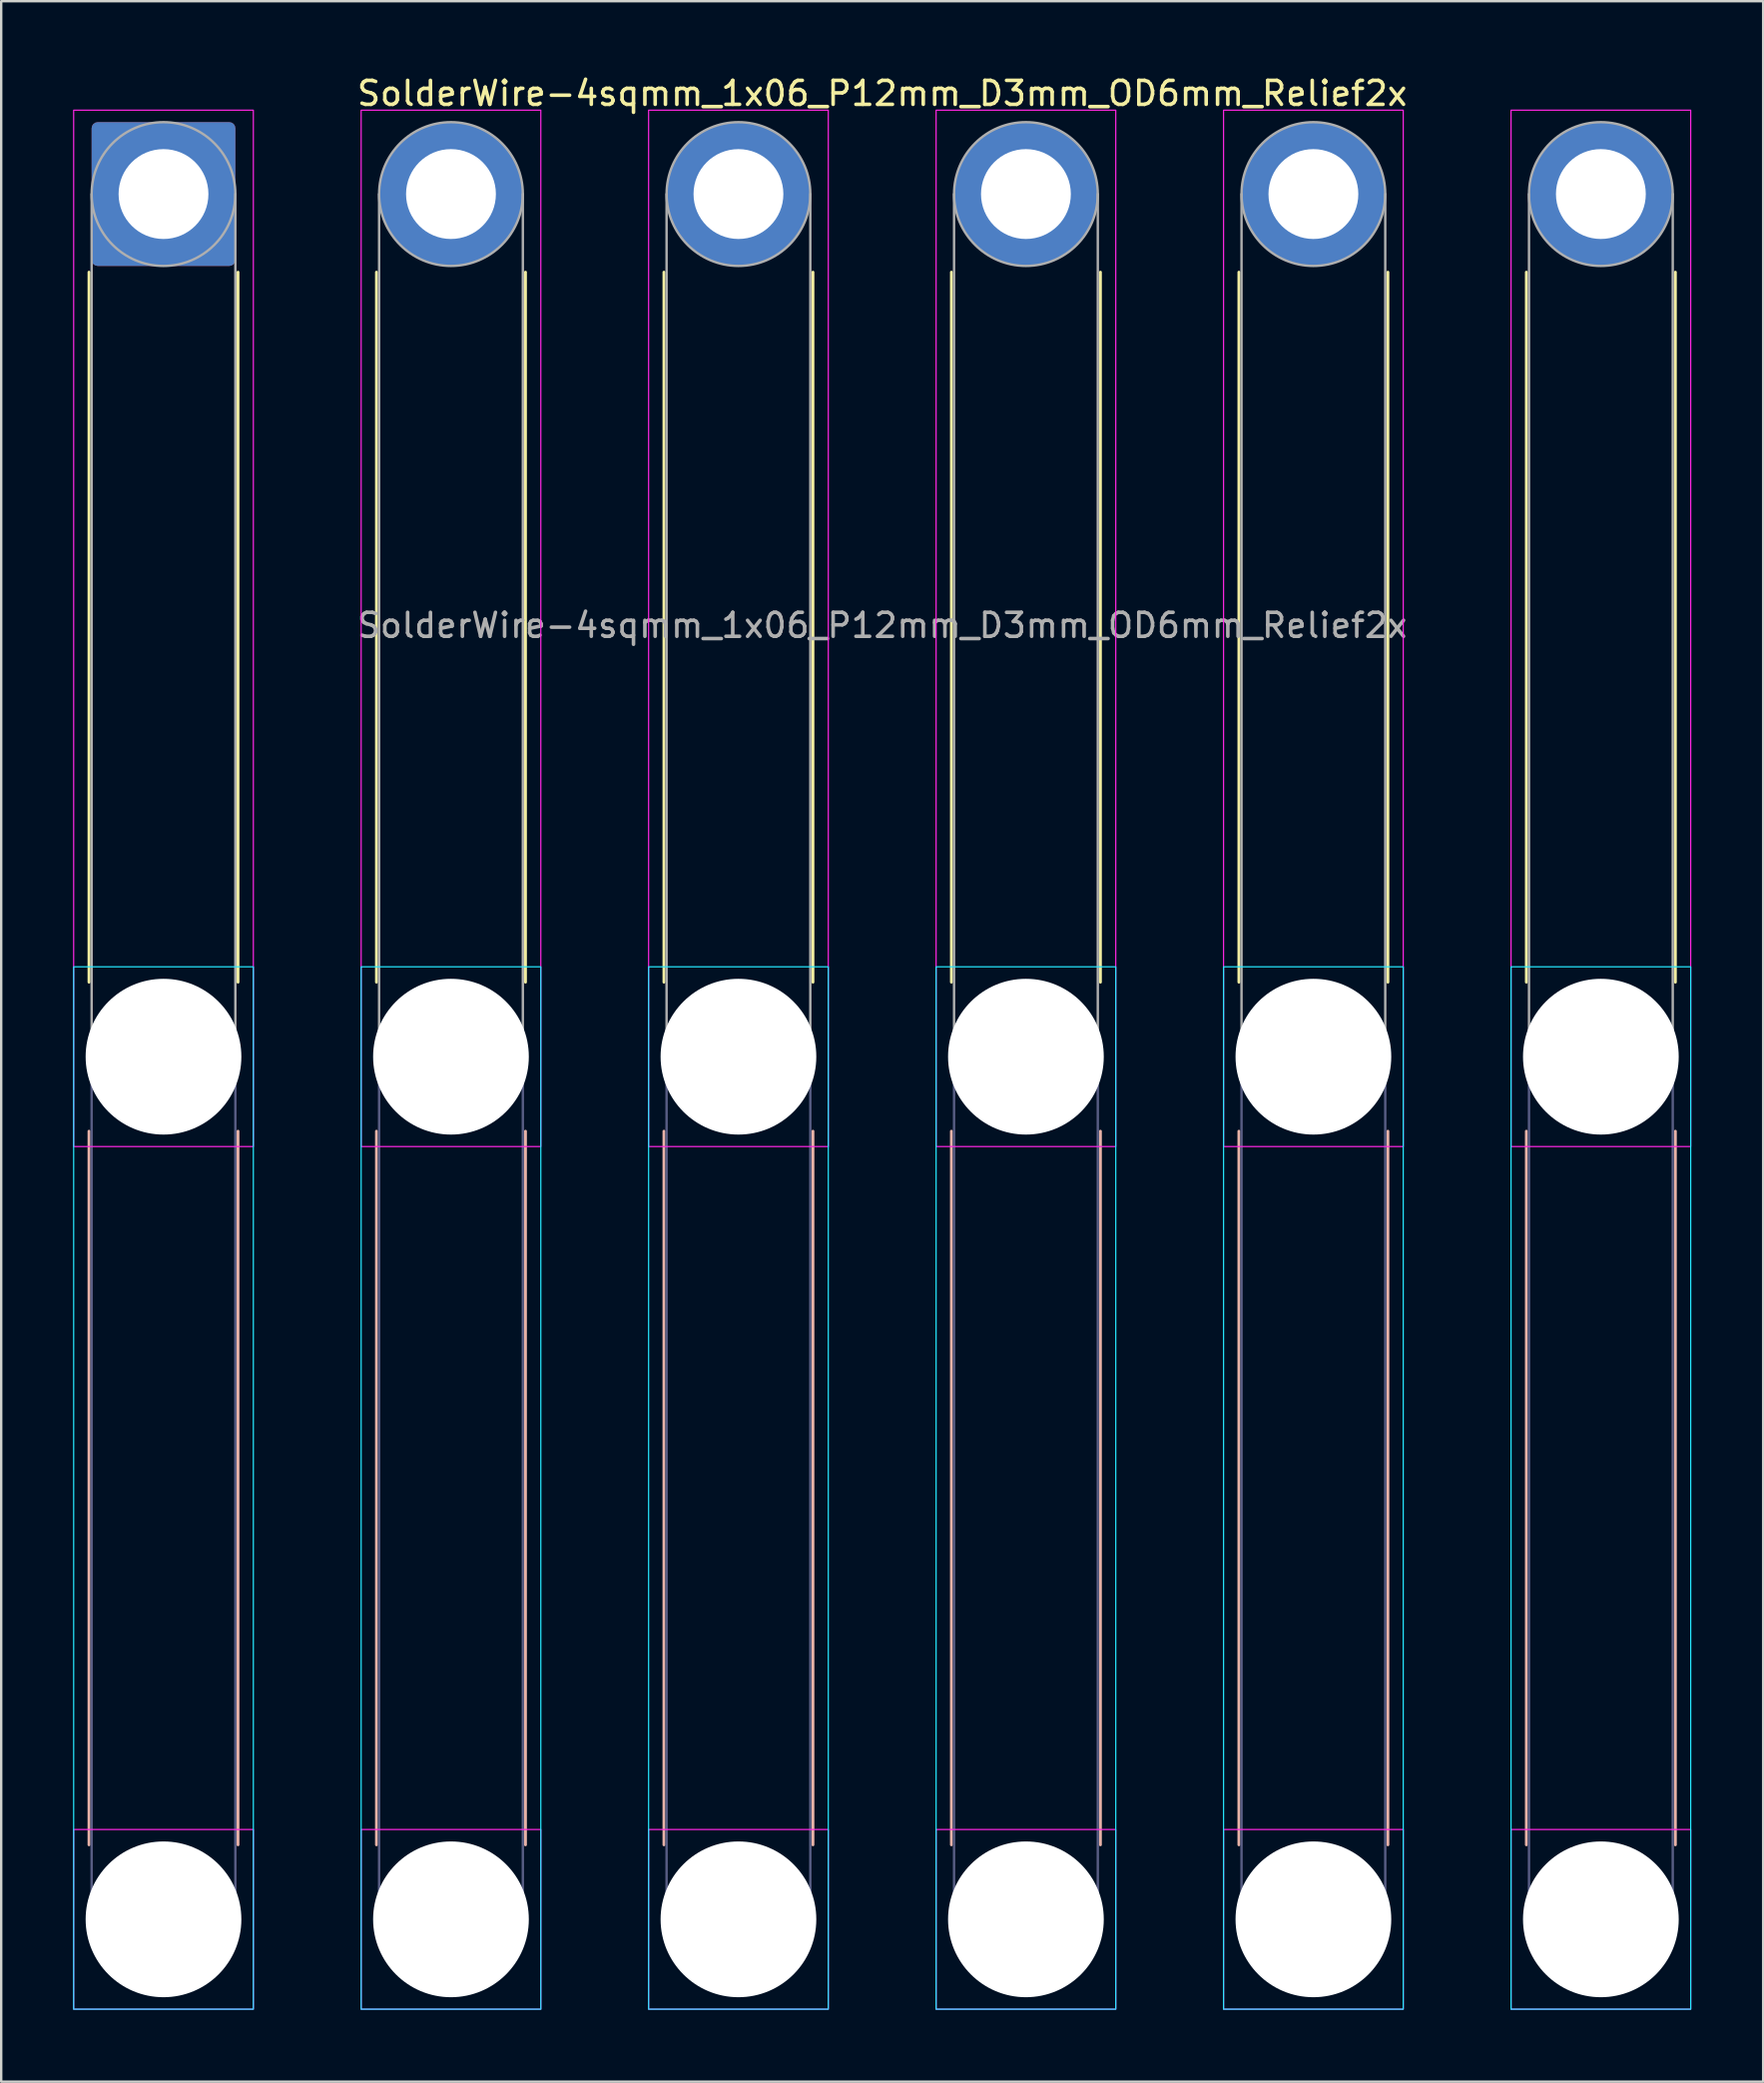
<source format=kicad_pcb>
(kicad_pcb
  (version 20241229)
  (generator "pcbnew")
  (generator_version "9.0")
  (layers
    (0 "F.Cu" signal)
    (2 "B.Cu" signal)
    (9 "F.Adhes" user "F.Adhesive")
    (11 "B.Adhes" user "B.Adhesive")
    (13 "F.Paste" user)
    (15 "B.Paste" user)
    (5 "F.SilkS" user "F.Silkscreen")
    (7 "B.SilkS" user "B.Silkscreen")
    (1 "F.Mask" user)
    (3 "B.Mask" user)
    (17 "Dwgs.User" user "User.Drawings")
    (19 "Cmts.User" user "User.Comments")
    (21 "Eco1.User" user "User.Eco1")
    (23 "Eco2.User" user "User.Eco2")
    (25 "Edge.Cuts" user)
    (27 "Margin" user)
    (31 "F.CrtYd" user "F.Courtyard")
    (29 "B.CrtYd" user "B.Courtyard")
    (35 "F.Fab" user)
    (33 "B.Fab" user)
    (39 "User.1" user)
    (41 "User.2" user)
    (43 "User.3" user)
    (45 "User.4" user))
  (footprint "SolderWire-4sqmm_1x06_P12mm_D3mm_OD6mm_Relief2x"
    (layer "F.Cu")
    (at 3.775 5.048)
    (property "Reference" "SolderWire-4sqmm_1x06_P12mm_D3mm_OD6mm_Relief2x" (at 30 -4.2 0) (layer "F.SilkS") (effects (font (size 1 1) (thickness 0.15))))
    (attr exclude_from_pos_files exclude_from_bom)
    (fp_line (start -3.11 3.26) (end -3.11 32.89) (stroke (width 0.12) (type solid)) (layer "F.SilkS"))
    (fp_line (start 3.11 3.26) (end 3.11 32.89) (stroke (width 0.12) (type solid)) (layer "F.SilkS"))
    (fp_line (start 8.89 3.26) (end 8.89 32.89) (stroke (width 0.12) (type solid)) (layer "F.SilkS"))
    (fp_line (start 15.11 3.26) (end 15.11 32.89) (stroke (width 0.12) (type solid)) (layer "F.SilkS"))
    (fp_line (start 20.89 3.26) (end 20.89 32.89) (stroke (width 0.12) (type solid)) (layer "F.SilkS"))
    (fp_line (start 27.11 3.26) (end 27.11 32.89) (stroke (width 0.12) (type solid)) (layer "F.SilkS"))
    (fp_line (start 32.89 3.26) (end 32.89 32.89) (stroke (width 0.12) (type solid)) (layer "F.SilkS"))
    (fp_line (start 39.11 3.26) (end 39.11 32.89) (stroke (width 0.12) (type solid)) (layer "F.SilkS"))
    (fp_line (start 44.89 3.26) (end 44.89 32.89) (stroke (width 0.12) (type solid)) (layer "F.SilkS"))
    (fp_line (start 51.11 3.26) (end 51.11 32.89) (stroke (width 0.12) (type solid)) (layer "F.SilkS"))
    (fp_line (start 56.89 3.26) (end 56.89 32.89) (stroke (width 0.12) (type solid)) (layer "F.SilkS"))
    (fp_line (start 63.11 3.26) (end 63.11 32.89) (stroke (width 0.12) (type solid)) (layer "F.SilkS"))
    (fp_line (start -3.11 39.11) (end -3.11 68.89) (stroke (width 0.12) (type solid)) (layer "B.SilkS"))
    (fp_line (start 3.11 39.11) (end 3.11 68.89) (stroke (width 0.12) (type solid)) (layer "B.SilkS"))
    (fp_line (start 8.89 39.11) (end 8.89 68.89) (stroke (width 0.12) (type solid)) (layer "B.SilkS"))
    (fp_line (start 15.11 39.11) (end 15.11 68.89) (stroke (width 0.12) (type solid)) (layer "B.SilkS"))
    (fp_line (start 20.89 39.11) (end 20.89 68.89) (stroke (width 0.12) (type solid)) (layer "B.SilkS"))
    (fp_line (start 27.11 39.11) (end 27.11 68.89) (stroke (width 0.12) (type solid)) (layer "B.SilkS"))
    (fp_line (start 32.89 39.11) (end 32.89 68.89) (stroke (width 0.12) (type solid)) (layer "B.SilkS"))
    (fp_line (start 39.11 39.11) (end 39.11 68.89) (stroke (width 0.12) (type solid)) (layer "B.SilkS"))
    (fp_line (start 44.89 39.11) (end 44.89 68.89) (stroke (width 0.12) (type solid)) (layer "B.SilkS"))
    (fp_line (start 51.11 39.11) (end 51.11 68.89) (stroke (width 0.12) (type solid)) (layer "B.SilkS"))
    (fp_line (start 56.89 39.11) (end 56.89 68.89) (stroke (width 0.12) (type solid)) (layer "B.SilkS"))
    (fp_line (start 63.11 39.11) (end 63.11 68.89) (stroke (width 0.12) (type solid)) (layer "B.SilkS"))
    (fp_rect (start -3.75 32.25) (end 3.75 75.75) (stroke (width 0.05) (type solid)) (fill no) (layer "B.CrtYd"))
    (fp_rect (start 8.25 32.25) (end 15.75 75.75) (stroke (width 0.05) (type solid)) (fill no) (layer "B.CrtYd"))
    (fp_rect (start 20.25 32.25) (end 27.75 75.75) (stroke (width 0.05) (type solid)) (fill no) (layer "B.CrtYd"))
    (fp_rect (start 32.25 32.25) (end 39.75 75.75) (stroke (width 0.05) (type solid)) (fill no) (layer "B.CrtYd"))
    (fp_rect (start 44.25 32.25) (end 51.75 75.75) (stroke (width 0.05) (type solid)) (fill no) (layer "B.CrtYd"))
    (fp_rect (start 56.25 32.25) (end 63.75 75.75) (stroke (width 0.05) (type solid)) (fill no) (layer "B.CrtYd"))
    (fp_rect (start -3.75 -3.5) (end 3.75 39.75) (stroke (width 0.05) (type solid)) (fill no) (layer "F.CrtYd"))
    (fp_rect (start -3.75 68.25) (end 3.75 75.75) (stroke (width 0.05) (type solid)) (fill no) (layer "F.CrtYd"))
    (fp_rect (start 8.25 -3.5) (end 15.75 39.75) (stroke (width 0.05) (type solid)) (fill no) (layer "F.CrtYd"))
    (fp_rect (start 8.25 68.25) (end 15.75 75.75) (stroke (width 0.05) (type solid)) (fill no) (layer "F.CrtYd"))
    (fp_rect (start 20.25 -3.5) (end 27.75 39.75) (stroke (width 0.05) (type solid)) (fill no) (layer "F.CrtYd"))
    (fp_rect (start 20.25 68.25) (end 27.75 75.75) (stroke (width 0.05) (type solid)) (fill no) (layer "F.CrtYd"))
    (fp_rect (start 32.25 -3.5) (end 39.75 39.75) (stroke (width 0.05) (type solid)) (fill no) (layer "F.CrtYd"))
    (fp_rect (start 32.25 68.25) (end 39.75 75.75) (stroke (width 0.05) (type solid)) (fill no) (layer "F.CrtYd"))
    (fp_rect (start 44.25 -3.5) (end 51.75 39.75) (stroke (width 0.05) (type solid)) (fill no) (layer "F.CrtYd"))
    (fp_rect (start 44.25 68.25) (end 51.75 75.75) (stroke (width 0.05) (type solid)) (fill no) (layer "F.CrtYd"))
    (fp_rect (start 56.25 -3.5) (end 63.75 39.75) (stroke (width 0.05) (type solid)) (fill no) (layer "F.CrtYd"))
    (fp_rect (start 56.25 68.25) (end 63.75 75.75) (stroke (width 0.05) (type solid)) (fill no) (layer "F.CrtYd"))
    (fp_line (start -3 36) (end -3 72) (stroke (width 0.1) (type solid)) (layer "B.Fab"))
    (fp_line (start 3 36) (end 3 72) (stroke (width 0.1) (type solid)) (layer "B.Fab"))
    (fp_line (start 9 36) (end 9 72) (stroke (width 0.1) (type solid)) (layer "B.Fab"))
    (fp_line (start 15 36) (end 15 72) (stroke (width 0.1) (type solid)) (layer "B.Fab"))
    (fp_line (start 21 36) (end 21 72) (stroke (width 0.1) (type solid)) (layer "B.Fab"))
    (fp_line (start 27 36) (end 27 72) (stroke (width 0.1) (type solid)) (layer "B.Fab"))
    (fp_line (start 33 36) (end 33 72) (stroke (width 0.1) (type solid)) (layer "B.Fab"))
    (fp_line (start 39 36) (end 39 72) (stroke (width 0.1) (type solid)) (layer "B.Fab"))
    (fp_line (start 45 36) (end 45 72) (stroke (width 0.1) (type solid)) (layer "B.Fab"))
    (fp_line (start 51 36) (end 51 72) (stroke (width 0.1) (type solid)) (layer "B.Fab"))
    (fp_line (start 57 36) (end 57 72) (stroke (width 0.1) (type solid)) (layer "B.Fab"))
    (fp_line (start 63 36) (end 63 72) (stroke (width 0.1) (type solid)) (layer "B.Fab"))
    (fp_circle (center 0 36) (end 3 36) (stroke (width 0.1) (type solid)) (fill no) (layer "B.Fab"))
    (fp_circle (center 0 72) (end 3 72) (stroke (width 0.1) (type solid)) (fill no) (layer "B.Fab"))
    (fp_circle (center 12 36) (end 15 36) (stroke (width 0.1) (type solid)) (fill no) (layer "B.Fab"))
    (fp_circle (center 12 72) (end 15 72) (stroke (width 0.1) (type solid)) (fill no) (layer "B.Fab"))
    (fp_circle (center 24 36) (end 27 36) (stroke (width 0.1) (type solid)) (fill no) (layer "B.Fab"))
    (fp_circle (center 24 72) (end 27 72) (stroke (width 0.1) (type solid)) (fill no) (layer "B.Fab"))
    (fp_circle (center 36 36) (end 39 36) (stroke (width 0.1) (type solid)) (fill no) (layer "B.Fab"))
    (fp_circle (center 36 72) (end 39 72) (stroke (width 0.1) (type solid)) (fill no) (layer "B.Fab"))
    (fp_circle (center 48 36) (end 51 36) (stroke (width 0.1) (type solid)) (fill no) (layer "B.Fab"))
    (fp_circle (center 48 72) (end 51 72) (stroke (width 0.1) (type solid)) (fill no) (layer "B.Fab"))
    (fp_circle (center 60 36) (end 63 36) (stroke (width 0.1) (type solid)) (fill no) (layer "B.Fab"))
    (fp_circle (center 60 72) (end 63 72) (stroke (width 0.1) (type solid)) (fill no) (layer "B.Fab"))
    (fp_line (start -3 0) (end -3 36) (stroke (width 0.1) (type solid)) (layer "F.Fab"))
    (fp_line (start 3 0) (end 3 36) (stroke (width 0.1) (type solid)) (layer "F.Fab"))
    (fp_line (start 9 0) (end 9 36) (stroke (width 0.1) (type solid)) (layer "F.Fab"))
    (fp_line (start 15 0) (end 15 36) (stroke (width 0.1) (type solid)) (layer "F.Fab"))
    (fp_line (start 21 0) (end 21 36) (stroke (width 0.1) (type solid)) (layer "F.Fab"))
    (fp_line (start 27 0) (end 27 36) (stroke (width 0.1) (type solid)) (layer "F.Fab"))
    (fp_line (start 33 0) (end 33 36) (stroke (width 0.1) (type solid)) (layer "F.Fab"))
    (fp_line (start 39 0) (end 39 36) (stroke (width 0.1) (type solid)) (layer "F.Fab"))
    (fp_line (start 45 0) (end 45 36) (stroke (width 0.1) (type solid)) (layer "F.Fab"))
    (fp_line (start 51 0) (end 51 36) (stroke (width 0.1) (type solid)) (layer "F.Fab"))
    (fp_line (start 57 0) (end 57 36) (stroke (width 0.1) (type solid)) (layer "F.Fab"))
    (fp_line (start 63 0) (end 63 36) (stroke (width 0.1) (type solid)) (layer "F.Fab"))
    (fp_circle (center 0 0) (end 3 0) (stroke (width 0.1) (type solid)) (fill no) (layer "F.Fab"))
    (fp_circle (center 0 36) (end 3 36) (stroke (width 0.1) (type solid)) (fill no) (layer "F.Fab"))
    (fp_circle (center 0 72) (end 3 72) (stroke (width 0.1) (type solid)) (fill no) (layer "F.Fab"))
    (fp_circle (center 12 0) (end 15 0) (stroke (width 0.1) (type solid)) (fill no) (layer "F.Fab"))
    (fp_circle (center 12 36) (end 15 36) (stroke (width 0.1) (type solid)) (fill no) (layer "F.Fab"))
    (fp_circle (center 12 72) (end 15 72) (stroke (width 0.1) (type solid)) (fill no) (layer "F.Fab"))
    (fp_circle (center 24 0) (end 27 0) (stroke (width 0.1) (type solid)) (fill no) (layer "F.Fab"))
    (fp_circle (center 24 36) (end 27 36) (stroke (width 0.1) (type solid)) (fill no) (layer "F.Fab"))
    (fp_circle (center 24 72) (end 27 72) (stroke (width 0.1) (type solid)) (fill no) (layer "F.Fab"))
    (fp_circle (center 36 0) (end 39 0) (stroke (width 0.1) (type solid)) (fill no) (layer "F.Fab"))
    (fp_circle (center 36 36) (end 39 36) (stroke (width 0.1) (type solid)) (fill no) (layer "F.Fab"))
    (fp_circle (center 36 72) (end 39 72) (stroke (width 0.1) (type solid)) (fill no) (layer "F.Fab"))
    (fp_circle (center 48 0) (end 51 0) (stroke (width 0.1) (type solid)) (fill no) (layer "F.Fab"))
    (fp_circle (center 48 36) (end 51 36) (stroke (width 0.1) (type solid)) (fill no) (layer "F.Fab"))
    (fp_circle (center 48 72) (end 51 72) (stroke (width 0.1) (type solid)) (fill no) (layer "F.Fab"))
    (fp_circle (center 60 0) (end 63 0) (stroke (width 0.1) (type solid)) (fill no) (layer "F.Fab"))
    (fp_circle (center 60 36) (end 63 36) (stroke (width 0.1) (type solid)) (fill no) (layer "F.Fab"))
    (fp_circle (center 60 72) (end 63 72) (stroke (width 0.1) (type solid)) (fill no) (layer "F.Fab"))
    (fp_text user "${REFERENCE}" (at 30 18 0) (layer "F.Fab") (effects (font (size 1 1) (thickness 0.15))))
    (pad "" np_thru_hole circle (at 0 36) (size 6.5 6.5) (drill 6.5) (layers "*.Cu" "*.Mask"))
    (pad "" np_thru_hole circle (at 0 72) (size 6.5 6.5) (drill 6.5) (layers "*.Cu" "*.Mask"))
    (pad "" np_thru_hole circle (at 12 36) (size 6.5 6.5) (drill 6.5) (layers "*.Cu" "*.Mask"))
    (pad "" np_thru_hole circle (at 12 72) (size 6.5 6.5) (drill 6.5) (layers "*.Cu" "*.Mask"))
    (pad "" np_thru_hole circle (at 24 36) (size 6.5 6.5) (drill 6.5) (layers "*.Cu" "*.Mask"))
    (pad "" np_thru_hole circle (at 24 72) (size 6.5 6.5) (drill 6.5) (layers "*.Cu" "*.Mask"))
    (pad "" np_thru_hole circle (at 36 36) (size 6.5 6.5) (drill 6.5) (layers "*.Cu" "*.Mask"))
    (pad "" np_thru_hole circle (at 36 72) (size 6.5 6.5) (drill 6.5) (layers "*.Cu" "*.Mask"))
    (pad "" np_thru_hole circle (at 48 36) (size 6.5 6.5) (drill 6.5) (layers "*.Cu" "*.Mask"))
    (pad "" np_thru_hole circle (at 48 72) (size 6.5 6.5) (drill 6.5) (layers "*.Cu" "*.Mask"))
    (pad "" np_thru_hole circle (at 60 36) (size 6.5 6.5) (drill 6.5) (layers "*.Cu" "*.Mask"))
    (pad "" np_thru_hole circle (at 60 72) (size 6.5 6.5) (drill 6.5) (layers "*.Cu" "*.Mask"))
    (pad "1" thru_hole roundrect (at 0 0) (size 6 6) (drill 3.75) (layers "*.Cu" "*.Mask") (roundrect_rratio 0.042))
    (pad "2" thru_hole circle (at 12 0) (size 6 6) (drill 3.75) (layers "*.Cu" "*.Mask"))
    (pad "3" thru_hole circle (at 24 0) (size 6 6) (drill 3.75) (layers "*.Cu" "*.Mask"))
    (pad "4" thru_hole circle (at 36 0) (size 6 6) (drill 3.75) (layers "*.Cu" "*.Mask"))
    (pad "5" thru_hole circle (at 48 0) (size 6 6) (drill 3.75) (layers "*.Cu" "*.Mask"))
    (pad "6" thru_hole circle (at 60 0) (size 6 6) (drill 3.75) (layers "*.Cu" "*.Mask")))
  (gr_rect
    (start -3 -3)
    (end 70.55 83.823)
    (stroke (width 0.1) (type default))
    (fill no)
    (layer "Edge.Cuts")))
</source>
